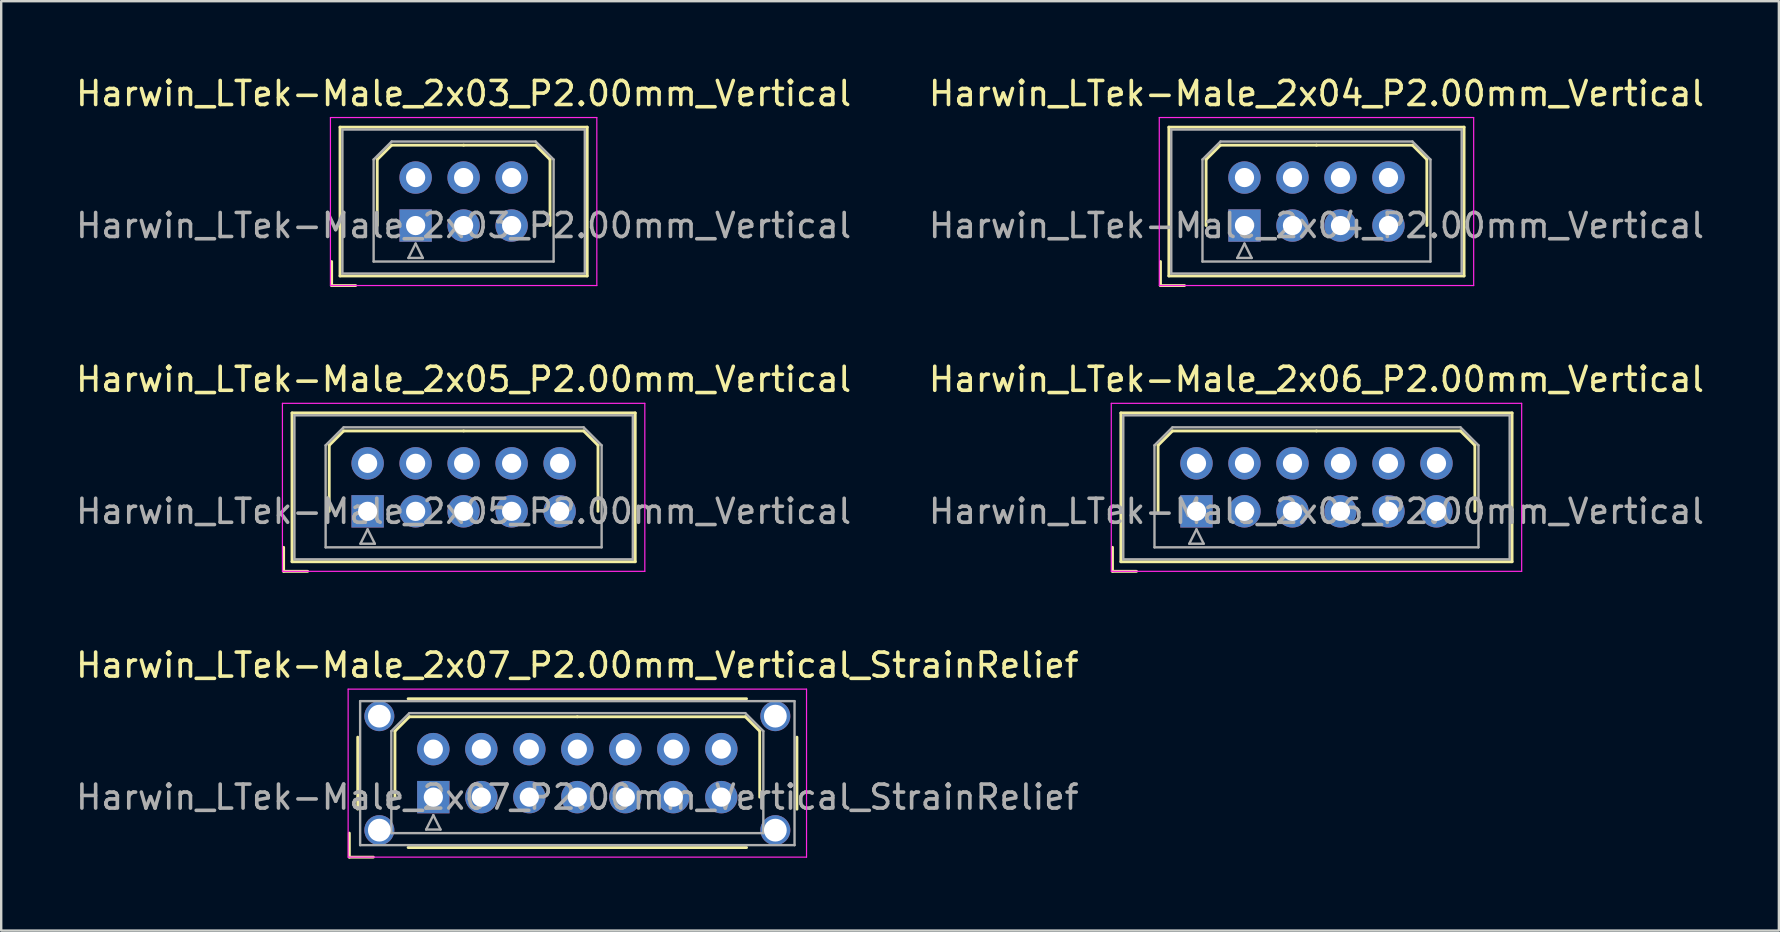
<source format=kicad_pcb>
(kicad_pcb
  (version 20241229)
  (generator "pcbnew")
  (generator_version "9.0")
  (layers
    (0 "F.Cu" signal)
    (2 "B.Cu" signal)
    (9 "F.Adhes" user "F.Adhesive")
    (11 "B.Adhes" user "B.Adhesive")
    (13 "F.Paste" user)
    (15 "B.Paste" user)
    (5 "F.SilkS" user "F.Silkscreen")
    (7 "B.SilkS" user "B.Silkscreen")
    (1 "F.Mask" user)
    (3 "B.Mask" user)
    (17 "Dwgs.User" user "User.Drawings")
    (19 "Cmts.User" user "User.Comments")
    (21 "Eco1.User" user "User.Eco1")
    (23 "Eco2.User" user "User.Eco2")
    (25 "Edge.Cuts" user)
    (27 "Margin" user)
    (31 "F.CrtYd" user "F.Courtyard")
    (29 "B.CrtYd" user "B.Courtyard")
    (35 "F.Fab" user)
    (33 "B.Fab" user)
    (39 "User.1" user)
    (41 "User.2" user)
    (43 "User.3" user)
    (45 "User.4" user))
  (footprint "Harwin_LTek-Male_2x06_P2.00mm_Vertical"
    (layer "F.Cu")
    (at 46.804 18.256)
    (property "Reference" "Harwin_LTek-Male_2x06_P2.00mm_Vertical" (at 5 -5.5 0) (layer "F.SilkS") (effects (font (size 1 1) (thickness 0.15))))
    (attr through_hole)
    (fp_line (start -3.5 1.5) (end -3.5 2.5) (stroke (width 0.12) (type solid)) (layer "F.SilkS"))
    (fp_line (start -3.5 2.5) (end -2.5 2.5) (stroke (width 0.12) (type solid)) (layer "F.SilkS"))
    (fp_line (start -3.15 -4.1) (end -3.15 2.1) (stroke (width 0.12) (type solid)) (layer "F.SilkS"))
    (fp_line (start -3.15 2.1) (end 13.15 2.1) (stroke (width 0.12) (type solid)) (layer "F.SilkS"))
    (fp_line (start -1.6 -2.75) (end -1 -3.35) (stroke (width 0.12) (type solid)) (layer "F.SilkS"))
    (fp_line (start -1.6 0) (end -1.6 -2.75) (stroke (width 0.12) (type solid)) (layer "F.SilkS"))
    (fp_line (start -1 -3.35) (end 5 -3.35) (stroke (width 0.12) (type solid)) (layer "F.SilkS"))
    (fp_line (start 11 -3.35) (end 5 -3.35) (stroke (width 0.12) (type solid)) (layer "F.SilkS"))
    (fp_line (start 11.6 -2.75) (end 11 -3.35) (stroke (width 0.12) (type solid)) (layer "F.SilkS"))
    (fp_line (start 11.6 0) (end 11.6 -2.75) (stroke (width 0.12) (type solid)) (layer "F.SilkS"))
    (fp_line (start 13.15 -4.1) (end -3.15 -4.1) (stroke (width 0.12) (type solid)) (layer "F.SilkS"))
    (fp_line (start 13.15 2.1) (end 13.15 -4.1) (stroke (width 0.12) (type solid)) (layer "F.SilkS"))
    (fp_line (start -3.55 -4.5) (end -3.55 2.5) (stroke (width 0.05) (type solid)) (layer "F.CrtYd"))
    (fp_line (start -3.55 2.5) (end 13.55 2.5) (stroke (width 0.05) (type solid)) (layer "F.CrtYd"))
    (fp_line (start 13.55 -4.5) (end -3.55 -4.5) (stroke (width 0.05) (type solid)) (layer "F.CrtYd"))
    (fp_line (start 13.55 2.5) (end 13.55 -4.5) (stroke (width 0.05) (type solid)) (layer "F.CrtYd"))
    (fp_line (start -3.05 -4) (end -3.05 2) (stroke (width 0.1) (type solid)) (layer "F.Fab"))
    (fp_line (start -3.05 2) (end 13.05 2) (stroke (width 0.1) (type solid)) (layer "F.Fab"))
    (fp_line (start -1.75 -2.75) (end -1 -3.5) (stroke (width 0.1) (type solid)) (layer "F.Fab"))
    (fp_line (start -1.75 1.5) (end -1.75 -2.75) (stroke (width 0.1) (type solid)) (layer "F.Fab"))
    (fp_line (start -1 -3.5) (end 11 -3.5) (stroke (width 0.1) (type solid)) (layer "F.Fab"))
    (fp_line (start -0.3 1.35) (end 0.3 1.35) (stroke (width 0.1) (type solid)) (layer "F.Fab"))
    (fp_line (start 0 0.75) (end -0.3 1.35) (stroke (width 0.1) (type solid)) (layer "F.Fab"))
    (fp_line (start 0.3 1.35) (end 0 0.75) (stroke (width 0.1) (type solid)) (layer "F.Fab"))
    (fp_line (start 11 -3.5) (end 11.75 -2.75) (stroke (width 0.1) (type solid)) (layer "F.Fab"))
    (fp_line (start 11.75 -2.75) (end 11.75 1.5) (stroke (width 0.1) (type solid)) (layer "F.Fab"))
    (fp_line (start 11.75 1.5) (end -1.75 1.5) (stroke (width 0.1) (type solid)) (layer "F.Fab"))
    (fp_line (start 13.05 -4) (end -3.05 -4) (stroke (width 0.1) (type solid)) (layer "F.Fab"))
    (fp_line (start 13.05 2) (end 13.05 -4) (stroke (width 0.1) (type solid)) (layer "F.Fab"))
    (fp_text user "${REFERENCE}" (at 5 0 0) (layer "F.Fab") (effects (font (size 1 1) (thickness 0.15))))
    (pad "1" thru_hole rect (at 0 0) (size 1.35 1.35) (drill 0.8) (layers "*.Cu" "*.Mask"))
    (pad "2" thru_hole circle (at 0 -2) (size 1.35 1.35) (drill 0.8) (layers "*.Cu" "*.Mask"))
    (pad "3" thru_hole circle (at 2 0) (size 1.35 1.35) (drill 0.8) (layers "*.Cu" "*.Mask"))
    (pad "4" thru_hole circle (at 2 -2) (size 1.35 1.35) (drill 0.8) (layers "*.Cu" "*.Mask"))
    (pad "5" thru_hole circle (at 4 0) (size 1.35 1.35) (drill 0.8) (layers "*.Cu" "*.Mask"))
    (pad "6" thru_hole circle (at 4 -2) (size 1.35 1.35) (drill 0.8) (layers "*.Cu" "*.Mask"))
    (pad "7" thru_hole circle (at 6 0) (size 1.35 1.35) (drill 0.8) (layers "*.Cu" "*.Mask"))
    (pad "8" thru_hole circle (at 6 -2) (size 1.35 1.35) (drill 0.8) (layers "*.Cu" "*.Mask"))
    (pad "9" thru_hole circle (at 8 0) (size 1.35 1.35) (drill 0.8) (layers "*.Cu" "*.Mask"))
    (pad "10" thru_hole circle (at 8 -2) (size 1.35 1.35) (drill 0.8) (layers "*.Cu" "*.Mask"))
    (pad "11" thru_hole circle (at 10 0) (size 1.35 1.35) (drill 0.8) (layers "*.Cu" "*.Mask"))
    (pad "12" thru_hole circle (at 10 -2) (size 1.35 1.35) (drill 0.8) (layers "*.Cu" "*.Mask")))
  (footprint "Harwin_LTek-Male_2x07_P2.00mm_Vertical_StrainRelief"
    (layer "F.Cu")
    (at 15.006 30.165)
    (property "Reference" "Harwin_LTek-Male_2x07_P2.00mm_Vertical_StrainRelief" (at 6 -5.5 0) (layer "F.SilkS") (effects (font (size 1 1) (thickness 0.15))))
    (attr through_hole)
    (fp_line (start -3.5 1.5) (end -3.5 2.5) (stroke (width 0.12) (type solid)) (layer "F.SilkS"))
    (fp_line (start -3.5 2.5) (end -2.5 2.5) (stroke (width 0.12) (type solid)) (layer "F.SilkS"))
    (fp_line (start -3.15 -2.5) (end -3.15 0.5) (stroke (width 0.12) (type solid)) (layer "F.SilkS"))
    (fp_line (start -1.6 -2.75) (end -1 -3.35) (stroke (width 0.12) (type solid)) (layer "F.SilkS"))
    (fp_line (start -1.6 0) (end -1.6 -2.75) (stroke (width 0.12) (type solid)) (layer "F.SilkS"))
    (fp_line (start -1.05 -4.1) (end 13.05 -4.1) (stroke (width 0.12) (type solid)) (layer "F.SilkS"))
    (fp_line (start -1.05 2.1) (end 13.05 2.1) (stroke (width 0.12) (type solid)) (layer "F.SilkS"))
    (fp_line (start -1 -3.35) (end 6 -3.35) (stroke (width 0.12) (type solid)) (layer "F.SilkS"))
    (fp_line (start 13 -3.35) (end 6 -3.35) (stroke (width 0.12) (type solid)) (layer "F.SilkS"))
    (fp_line (start 13.6 -2.75) (end 13 -3.35) (stroke (width 0.12) (type solid)) (layer "F.SilkS"))
    (fp_line (start 13.6 0) (end 13.6 -2.75) (stroke (width 0.12) (type solid)) (layer "F.SilkS"))
    (fp_line (start 15.15 -2.5) (end 15.15 0.5) (stroke (width 0.12) (type solid)) (layer "F.SilkS"))
    (fp_line (start -3.55 -4.5) (end -3.55 2.5) (stroke (width 0.05) (type solid)) (layer "F.CrtYd"))
    (fp_line (start -3.55 2.5) (end 15.55 2.5) (stroke (width 0.05) (type solid)) (layer "F.CrtYd"))
    (fp_line (start 15.55 -4.5) (end -3.55 -4.5) (stroke (width 0.05) (type solid)) (layer "F.CrtYd"))
    (fp_line (start 15.55 2.5) (end 15.55 -4.5) (stroke (width 0.05) (type solid)) (layer "F.CrtYd"))
    (fp_line (start -3.05 -4) (end -3.05 2) (stroke (width 0.1) (type solid)) (layer "F.Fab"))
    (fp_line (start -3.05 2) (end 15.05 2) (stroke (width 0.1) (type solid)) (layer "F.Fab"))
    (fp_line (start -1.75 -2.75) (end -1 -3.5) (stroke (width 0.1) (type solid)) (layer "F.Fab"))
    (fp_line (start -1.75 1.5) (end -1.75 -2.75) (stroke (width 0.1) (type solid)) (layer "F.Fab"))
    (fp_line (start -1 -3.5) (end 13 -3.5) (stroke (width 0.1) (type solid)) (layer "F.Fab"))
    (fp_line (start -0.3 1.35) (end 0.3 1.35) (stroke (width 0.1) (type solid)) (layer "F.Fab"))
    (fp_line (start 0 0.75) (end -0.3 1.35) (stroke (width 0.1) (type solid)) (layer "F.Fab"))
    (fp_line (start 0.3 1.35) (end 0 0.75) (stroke (width 0.1) (type solid)) (layer "F.Fab"))
    (fp_line (start 13 -3.5) (end 13.75 -2.75) (stroke (width 0.1) (type solid)) (layer "F.Fab"))
    (fp_line (start 13.75 -2.75) (end 13.75 1.5) (stroke (width 0.1) (type solid)) (layer "F.Fab"))
    (fp_line (start 13.75 1.5) (end -1.75 1.5) (stroke (width 0.1) (type solid)) (layer "F.Fab"))
    (fp_line (start 15.05 -4) (end -3.05 -4) (stroke (width 0.1) (type solid)) (layer "F.Fab"))
    (fp_line (start 15.05 2) (end 15.05 -4) (stroke (width 0.1) (type solid)) (layer "F.Fab"))
    (fp_text user "${REFERENCE}" (at 6 0 0) (layer "F.Fab") (effects (font (size 1 1) (thickness 0.15))))
    (pad "" thru_hole circle (at -2.25 -3.375) (size 1.25 1.25) (drill 0.95) (layers "*.Cu" "*.Mask"))
    (pad "" thru_hole circle (at -2.25 1.375) (size 1.25 1.25) (drill 0.95) (layers "*.Cu" "*.Mask"))
    (pad "" thru_hole circle (at 14.25 -3.375) (size 1.25 1.25) (drill 0.95) (layers "*.Cu" "*.Mask"))
    (pad "" thru_hole circle (at 14.25 1.375) (size 1.25 1.25) (drill 0.95) (layers "*.Cu" "*.Mask"))
    (pad "1" thru_hole rect (at 0 0) (size 1.35 1.35) (drill 0.8) (layers "*.Cu" "*.Mask"))
    (pad "2" thru_hole circle (at 0 -2) (size 1.35 1.35) (drill 0.8) (layers "*.Cu" "*.Mask"))
    (pad "3" thru_hole circle (at 2 0) (size 1.35 1.35) (drill 0.8) (layers "*.Cu" "*.Mask"))
    (pad "4" thru_hole circle (at 2 -2) (size 1.35 1.35) (drill 0.8) (layers "*.Cu" "*.Mask"))
    (pad "5" thru_hole circle (at 4 0) (size 1.35 1.35) (drill 0.8) (layers "*.Cu" "*.Mask"))
    (pad "6" thru_hole circle (at 4 -2) (size 1.35 1.35) (drill 0.8) (layers "*.Cu" "*.Mask"))
    (pad "7" thru_hole circle (at 6 0) (size 1.35 1.35) (drill 0.8) (layers "*.Cu" "*.Mask"))
    (pad "8" thru_hole circle (at 6 -2) (size 1.35 1.35) (drill 0.8) (layers "*.Cu" "*.Mask"))
    (pad "9" thru_hole circle (at 8 0) (size 1.35 1.35) (drill 0.8) (layers "*.Cu" "*.Mask"))
    (pad "10" thru_hole circle (at 8 -2) (size 1.35 1.35) (drill 0.8) (layers "*.Cu" "*.Mask"))
    (pad "11" thru_hole circle (at 10 0) (size 1.35 1.35) (drill 0.8) (layers "*.Cu" "*.Mask"))
    (pad "12" thru_hole circle (at 10 -2) (size 1.35 1.35) (drill 0.8) (layers "*.Cu" "*.Mask"))
    (pad "13" thru_hole circle (at 12 0) (size 1.35 1.35) (drill 0.8) (layers "*.Cu" "*.Mask"))
    (pad "14" thru_hole circle (at 12 -2) (size 1.35 1.35) (drill 0.8) (layers "*.Cu" "*.Mask")))
  (footprint "Harwin_LTek-Male_2x05_P2.00mm_Vertical"
    (layer "F.Cu")
    (at 12.268 18.256)
    (property "Reference" "Harwin_LTek-Male_2x05_P2.00mm_Vertical" (at 4 -5.5 0) (layer "F.SilkS") (effects (font (size 1 1) (thickness 0.15))))
    (attr through_hole)
    (fp_line (start -3.5 1.5) (end -3.5 2.5) (stroke (width 0.12) (type solid)) (layer "F.SilkS"))
    (fp_line (start -3.5 2.5) (end -2.5 2.5) (stroke (width 0.12) (type solid)) (layer "F.SilkS"))
    (fp_line (start -3.15 -4.1) (end -3.15 2.1) (stroke (width 0.12) (type solid)) (layer "F.SilkS"))
    (fp_line (start -3.15 2.1) (end 11.15 2.1) (stroke (width 0.12) (type solid)) (layer "F.SilkS"))
    (fp_line (start -1.6 -2.75) (end -1 -3.35) (stroke (width 0.12) (type solid)) (layer "F.SilkS"))
    (fp_line (start -1.6 0) (end -1.6 -2.75) (stroke (width 0.12) (type solid)) (layer "F.SilkS"))
    (fp_line (start -1 -3.35) (end 4 -3.35) (stroke (width 0.12) (type solid)) (layer "F.SilkS"))
    (fp_line (start 9 -3.35) (end 4 -3.35) (stroke (width 0.12) (type solid)) (layer "F.SilkS"))
    (fp_line (start 9.6 -2.75) (end 9 -3.35) (stroke (width 0.12) (type solid)) (layer "F.SilkS"))
    (fp_line (start 9.6 0) (end 9.6 -2.75) (stroke (width 0.12) (type solid)) (layer "F.SilkS"))
    (fp_line (start 11.15 -4.1) (end -3.15 -4.1) (stroke (width 0.12) (type solid)) (layer "F.SilkS"))
    (fp_line (start 11.15 2.1) (end 11.15 -4.1) (stroke (width 0.12) (type solid)) (layer "F.SilkS"))
    (fp_line (start -3.55 -4.5) (end -3.55 2.5) (stroke (width 0.05) (type solid)) (layer "F.CrtYd"))
    (fp_line (start -3.55 2.5) (end 11.55 2.5) (stroke (width 0.05) (type solid)) (layer "F.CrtYd"))
    (fp_line (start 11.55 -4.5) (end -3.55 -4.5) (stroke (width 0.05) (type solid)) (layer "F.CrtYd"))
    (fp_line (start 11.55 2.5) (end 11.55 -4.5) (stroke (width 0.05) (type solid)) (layer "F.CrtYd"))
    (fp_line (start -3.05 -4) (end -3.05 2) (stroke (width 0.1) (type solid)) (layer "F.Fab"))
    (fp_line (start -3.05 2) (end 11.05 2) (stroke (width 0.1) (type solid)) (layer "F.Fab"))
    (fp_line (start -1.75 -2.75) (end -1 -3.5) (stroke (width 0.1) (type solid)) (layer "F.Fab"))
    (fp_line (start -1.75 1.5) (end -1.75 -2.75) (stroke (width 0.1) (type solid)) (layer "F.Fab"))
    (fp_line (start -1 -3.5) (end 9 -3.5) (stroke (width 0.1) (type solid)) (layer "F.Fab"))
    (fp_line (start -0.3 1.35) (end 0.3 1.35) (stroke (width 0.1) (type solid)) (layer "F.Fab"))
    (fp_line (start 0 0.75) (end -0.3 1.35) (stroke (width 0.1) (type solid)) (layer "F.Fab"))
    (fp_line (start 0.3 1.35) (end 0 0.75) (stroke (width 0.1) (type solid)) (layer "F.Fab"))
    (fp_line (start 9 -3.5) (end 9.75 -2.75) (stroke (width 0.1) (type solid)) (layer "F.Fab"))
    (fp_line (start 9.75 -2.75) (end 9.75 1.5) (stroke (width 0.1) (type solid)) (layer "F.Fab"))
    (fp_line (start 9.75 1.5) (end -1.75 1.5) (stroke (width 0.1) (type solid)) (layer "F.Fab"))
    (fp_line (start 11.05 -4) (end -3.05 -4) (stroke (width 0.1) (type solid)) (layer "F.Fab"))
    (fp_line (start 11.05 2) (end 11.05 -4) (stroke (width 0.1) (type solid)) (layer "F.Fab"))
    (fp_text user "${REFERENCE}" (at 4 0 0) (layer "F.Fab") (effects (font (size 1 1) (thickness 0.15))))
    (pad "1" thru_hole rect (at 0 0) (size 1.35 1.35) (drill 0.8) (layers "*.Cu" "*.Mask"))
    (pad "2" thru_hole circle (at 0 -2) (size 1.35 1.35) (drill 0.8) (layers "*.Cu" "*.Mask"))
    (pad "3" thru_hole circle (at 2 0) (size 1.35 1.35) (drill 0.8) (layers "*.Cu" "*.Mask"))
    (pad "4" thru_hole circle (at 2 -2) (size 1.35 1.35) (drill 0.8) (layers "*.Cu" "*.Mask"))
    (pad "5" thru_hole circle (at 4 0) (size 1.35 1.35) (drill 0.8) (layers "*.Cu" "*.Mask"))
    (pad "6" thru_hole circle (at 4 -2) (size 1.35 1.35) (drill 0.8) (layers "*.Cu" "*.Mask"))
    (pad "7" thru_hole circle (at 6 0) (size 1.35 1.35) (drill 0.8) (layers "*.Cu" "*.Mask"))
    (pad "8" thru_hole circle (at 6 -2) (size 1.35 1.35) (drill 0.8) (layers "*.Cu" "*.Mask"))
    (pad "9" thru_hole circle (at 8 0) (size 1.35 1.35) (drill 0.8) (layers "*.Cu" "*.Mask"))
    (pad "10" thru_hole circle (at 8 -2) (size 1.35 1.35) (drill 0.8) (layers "*.Cu" "*.Mask")))
  (footprint "Harwin_LTek-Male_2x04_P2.00mm_Vertical"
    (layer "F.Cu")
    (at 48.804 6.348)
    (property "Reference" "Harwin_LTek-Male_2x04_P2.00mm_Vertical" (at 3 -5.5 0) (layer "F.SilkS") (effects (font (size 1 1) (thickness 0.15))))
    (attr through_hole)
    (fp_line (start -3.5 1.5) (end -3.5 2.5) (stroke (width 0.12) (type solid)) (layer "F.SilkS"))
    (fp_line (start -3.5 2.5) (end -2.5 2.5) (stroke (width 0.12) (type solid)) (layer "F.SilkS"))
    (fp_line (start -3.15 -4.1) (end -3.15 2.1) (stroke (width 0.12) (type solid)) (layer "F.SilkS"))
    (fp_line (start -3.15 2.1) (end 9.15 2.1) (stroke (width 0.12) (type solid)) (layer "F.SilkS"))
    (fp_line (start -1.6 -2.75) (end -1 -3.35) (stroke (width 0.12) (type solid)) (layer "F.SilkS"))
    (fp_line (start -1.6 0) (end -1.6 -2.75) (stroke (width 0.12) (type solid)) (layer "F.SilkS"))
    (fp_line (start -1 -3.35) (end 3 -3.35) (stroke (width 0.12) (type solid)) (layer "F.SilkS"))
    (fp_line (start 7 -3.35) (end 3 -3.35) (stroke (width 0.12) (type solid)) (layer "F.SilkS"))
    (fp_line (start 7.6 -2.75) (end 7 -3.35) (stroke (width 0.12) (type solid)) (layer "F.SilkS"))
    (fp_line (start 7.6 0) (end 7.6 -2.75) (stroke (width 0.12) (type solid)) (layer "F.SilkS"))
    (fp_line (start 9.15 -4.1) (end -3.15 -4.1) (stroke (width 0.12) (type solid)) (layer "F.SilkS"))
    (fp_line (start 9.15 2.1) (end 9.15 -4.1) (stroke (width 0.12) (type solid)) (layer "F.SilkS"))
    (fp_line (start -3.55 -4.5) (end -3.55 2.5) (stroke (width 0.05) (type solid)) (layer "F.CrtYd"))
    (fp_line (start -3.55 2.5) (end 9.55 2.5) (stroke (width 0.05) (type solid)) (layer "F.CrtYd"))
    (fp_line (start 9.55 -4.5) (end -3.55 -4.5) (stroke (width 0.05) (type solid)) (layer "F.CrtYd"))
    (fp_line (start 9.55 2.5) (end 9.55 -4.5) (stroke (width 0.05) (type solid)) (layer "F.CrtYd"))
    (fp_line (start -3.05 -4) (end -3.05 2) (stroke (width 0.1) (type solid)) (layer "F.Fab"))
    (fp_line (start -3.05 2) (end 9.05 2) (stroke (width 0.1) (type solid)) (layer "F.Fab"))
    (fp_line (start -1.75 -2.75) (end -1 -3.5) (stroke (width 0.1) (type solid)) (layer "F.Fab"))
    (fp_line (start -1.75 1.5) (end -1.75 -2.75) (stroke (width 0.1) (type solid)) (layer "F.Fab"))
    (fp_line (start -1 -3.5) (end 7 -3.5) (stroke (width 0.1) (type solid)) (layer "F.Fab"))
    (fp_line (start -0.3 1.35) (end 0.3 1.35) (stroke (width 0.1) (type solid)) (layer "F.Fab"))
    (fp_line (start 0 0.75) (end -0.3 1.35) (stroke (width 0.1) (type solid)) (layer "F.Fab"))
    (fp_line (start 0.3 1.35) (end 0 0.75) (stroke (width 0.1) (type solid)) (layer "F.Fab"))
    (fp_line (start 7 -3.5) (end 7.75 -2.75) (stroke (width 0.1) (type solid)) (layer "F.Fab"))
    (fp_line (start 7.75 -2.75) (end 7.75 1.5) (stroke (width 0.1) (type solid)) (layer "F.Fab"))
    (fp_line (start 7.75 1.5) (end -1.75 1.5) (stroke (width 0.1) (type solid)) (layer "F.Fab"))
    (fp_line (start 9.05 -4) (end -3.05 -4) (stroke (width 0.1) (type solid)) (layer "F.Fab"))
    (fp_line (start 9.05 2) (end 9.05 -4) (stroke (width 0.1) (type solid)) (layer "F.Fab"))
    (fp_text user "${REFERENCE}" (at 3 0 0) (layer "F.Fab") (effects (font (size 1 1) (thickness 0.15))))
    (pad "1" thru_hole rect (at 0 0) (size 1.35 1.35) (drill 0.8) (layers "*.Cu" "*.Mask"))
    (pad "2" thru_hole circle (at 0 -2) (size 1.35 1.35) (drill 0.8) (layers "*.Cu" "*.Mask"))
    (pad "3" thru_hole circle (at 2 0) (size 1.35 1.35) (drill 0.8) (layers "*.Cu" "*.Mask"))
    (pad "4" thru_hole circle (at 2 -2) (size 1.35 1.35) (drill 0.8) (layers "*.Cu" "*.Mask"))
    (pad "5" thru_hole circle (at 4 0) (size 1.35 1.35) (drill 0.8) (layers "*.Cu" "*.Mask"))
    (pad "6" thru_hole circle (at 4 -2) (size 1.35 1.35) (drill 0.8) (layers "*.Cu" "*.Mask"))
    (pad "7" thru_hole circle (at 6 0) (size 1.35 1.35) (drill 0.8) (layers "*.Cu" "*.Mask"))
    (pad "8" thru_hole circle (at 6 -2) (size 1.35 1.35) (drill 0.8) (layers "*.Cu" "*.Mask")))
  (footprint "Harwin_LTek-Male_2x03_P2.00mm_Vertical"
    (layer "F.Cu")
    (at 14.268 6.348)
    (property "Reference" "Harwin_LTek-Male_2x03_P2.00mm_Vertical" (at 2 -5.5 0) (layer "F.SilkS") (effects (font (size 1 1) (thickness 0.15))))
    (attr through_hole)
    (fp_line (start -3.5 1.5) (end -3.5 2.5) (stroke (width 0.12) (type solid)) (layer "F.SilkS"))
    (fp_line (start -3.5 2.5) (end -2.5 2.5) (stroke (width 0.12) (type solid)) (layer "F.SilkS"))
    (fp_line (start -3.15 -4.1) (end -3.15 2.1) (stroke (width 0.12) (type solid)) (layer "F.SilkS"))
    (fp_line (start -3.15 2.1) (end 7.15 2.1) (stroke (width 0.12) (type solid)) (layer "F.SilkS"))
    (fp_line (start -1.6 -2.75) (end -1 -3.35) (stroke (width 0.12) (type solid)) (layer "F.SilkS"))
    (fp_line (start -1.6 0) (end -1.6 -2.75) (stroke (width 0.12) (type solid)) (layer "F.SilkS"))
    (fp_line (start -1 -3.35) (end 2 -3.35) (stroke (width 0.12) (type solid)) (layer "F.SilkS"))
    (fp_line (start 5 -3.35) (end 2 -3.35) (stroke (width 0.12) (type solid)) (layer "F.SilkS"))
    (fp_line (start 5.6 -2.75) (end 5 -3.35) (stroke (width 0.12) (type solid)) (layer "F.SilkS"))
    (fp_line (start 5.6 0) (end 5.6 -2.75) (stroke (width 0.12) (type solid)) (layer "F.SilkS"))
    (fp_line (start 7.15 -4.1) (end -3.15 -4.1) (stroke (width 0.12) (type solid)) (layer "F.SilkS"))
    (fp_line (start 7.15 2.1) (end 7.15 -4.1) (stroke (width 0.12) (type solid)) (layer "F.SilkS"))
    (fp_line (start -3.55 -4.5) (end -3.55 2.5) (stroke (width 0.05) (type solid)) (layer "F.CrtYd"))
    (fp_line (start -3.55 2.5) (end 7.55 2.5) (stroke (width 0.05) (type solid)) (layer "F.CrtYd"))
    (fp_line (start 7.55 -4.5) (end -3.55 -4.5) (stroke (width 0.05) (type solid)) (layer "F.CrtYd"))
    (fp_line (start 7.55 2.5) (end 7.55 -4.5) (stroke (width 0.05) (type solid)) (layer "F.CrtYd"))
    (fp_line (start -3.05 -4) (end -3.05 2) (stroke (width 0.1) (type solid)) (layer "F.Fab"))
    (fp_line (start -3.05 2) (end 7.05 2) (stroke (width 0.1) (type solid)) (layer "F.Fab"))
    (fp_line (start -1.75 -2.75) (end -1 -3.5) (stroke (width 0.1) (type solid)) (layer "F.Fab"))
    (fp_line (start -1.75 1.5) (end -1.75 -2.75) (stroke (width 0.1) (type solid)) (layer "F.Fab"))
    (fp_line (start -1 -3.5) (end 5 -3.5) (stroke (width 0.1) (type solid)) (layer "F.Fab"))
    (fp_line (start -0.3 1.35) (end 0.3 1.35) (stroke (width 0.1) (type solid)) (layer "F.Fab"))
    (fp_line (start 0 0.75) (end -0.3 1.35) (stroke (width 0.1) (type solid)) (layer "F.Fab"))
    (fp_line (start 0.3 1.35) (end 0 0.75) (stroke (width 0.1) (type solid)) (layer "F.Fab"))
    (fp_line (start 5 -3.5) (end 5.75 -2.75) (stroke (width 0.1) (type solid)) (layer "F.Fab"))
    (fp_line (start 5.75 -2.75) (end 5.75 1.5) (stroke (width 0.1) (type solid)) (layer "F.Fab"))
    (fp_line (start 5.75 1.5) (end -1.75 1.5) (stroke (width 0.1) (type solid)) (layer "F.Fab"))
    (fp_line (start 7.05 -4) (end -3.05 -4) (stroke (width 0.1) (type solid)) (layer "F.Fab"))
    (fp_line (start 7.05 2) (end 7.05 -4) (stroke (width 0.1) (type solid)) (layer "F.Fab"))
    (fp_text user "${REFERENCE}" (at 2 0 0) (layer "F.Fab") (effects (font (size 1 1) (thickness 0.15))))
    (pad "1" thru_hole rect (at 0 0) (size 1.35 1.35) (drill 0.8) (layers "*.Cu" "*.Mask"))
    (pad "2" thru_hole circle (at 0 -2) (size 1.35 1.35) (drill 0.8) (layers "*.Cu" "*.Mask"))
    (pad "3" thru_hole circle (at 2 0) (size 1.35 1.35) (drill 0.8) (layers "*.Cu" "*.Mask"))
    (pad "4" thru_hole circle (at 2 -2) (size 1.35 1.35) (drill 0.8) (layers "*.Cu" "*.Mask"))
    (pad "5" thru_hole circle (at 4 0) (size 1.35 1.35) (drill 0.8) (layers "*.Cu" "*.Mask"))
    (pad "6" thru_hole circle (at 4 -2) (size 1.35 1.35) (drill 0.8) (layers "*.Cu" "*.Mask")))
  (gr_rect
    (start -3 -3)
    (end 71.071 35.725)
    (stroke (width 0.1) (type default))
    (fill no)
    (layer "Edge.Cuts")))
</source>
